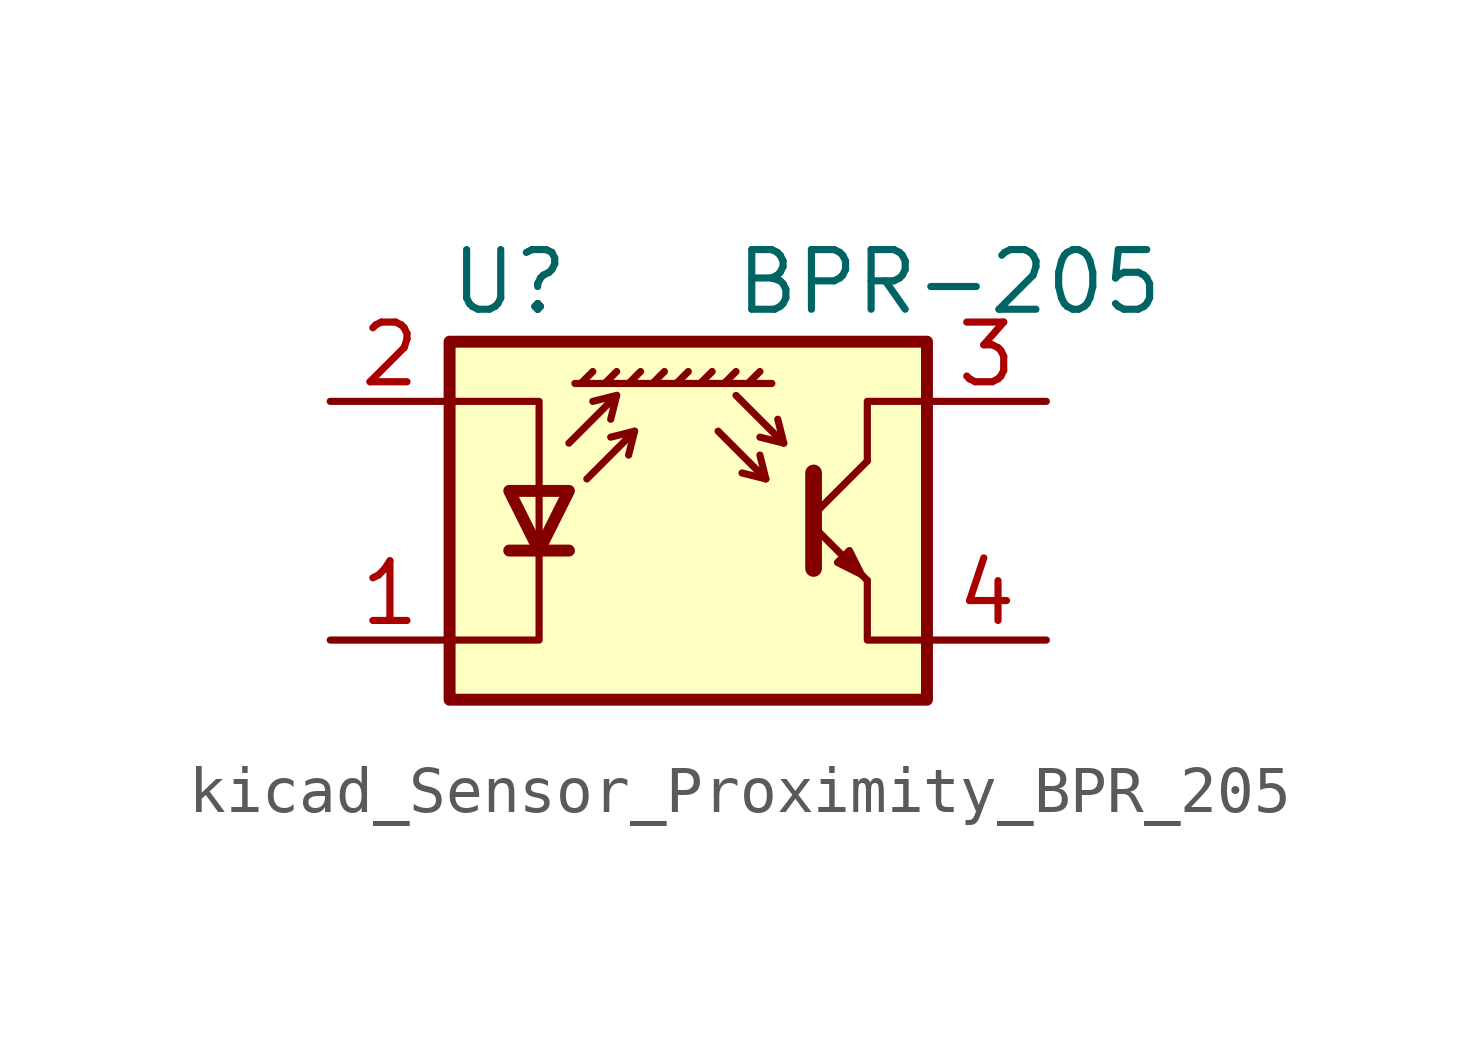
<source format=kicad_sym>
(kicad_symbol_lib
  (version 20220914)
  (generator kicad_symbol_editor)
  (symbol "kicad_Sensor_Proximity_BPR_205"
    (pin_names
      (offset 1.016) hide)
    (property "Reference" "U"
      (at -3.81 5.08 0)
      (effects (font (size 1.27 1.27))))
    (property "Value" "BPR-205"
      (at 10.16 5.08 0)
      (effects (font (size 1.27 1.27)) (justify right)))
    (symbol "kicad_Sensor_Proximity_BPR_205_0_1"
      (polyline (pts (xy -3.81 -0.635) (xy -2.54 -0.635)) (stroke (width 0.254) (type default)) (fill (type none)))
      (polyline (pts (xy -2.286 2.921) (xy -2.032 3.175)) (stroke (width 0) (type default)) (fill (type none)))
      (polyline (pts (xy -1.778 2.921) (xy -1.524 3.175)) (stroke (width 0) (type default)) (fill (type none)))
      (polyline (pts (xy -1.524 2.667) (xy -1.651 2.159)) (stroke (width 0) (type default)) (fill (type none)))
      (polyline (pts (xy -1.27 2.921) (xy -1.016 3.175)) (stroke (width 0) (type default)) (fill (type none)))
      (polyline (pts (xy -1.143 1.905) (xy -1.27 1.397)) (stroke (width 0) (type default)) (fill (type none)))
      (polyline (pts (xy -0.762 2.921) (xy -0.508 3.175)) (stroke (width 0) (type default)) (fill (type none)))
      (polyline (pts (xy -0.254 2.921) (xy 0 3.175)) (stroke (width 0) (type default)) (fill (type none)))
      (polyline (pts (xy 0.254 2.921) (xy 0.508 3.175)) (stroke (width 0) (type default)) (fill (type none)))
      (polyline (pts (xy 0.762 2.921) (xy 1.016 3.175)) (stroke (width 0) (type default)) (fill (type none)))
      (polyline (pts (xy 1.27 2.921) (xy 1.524 3.175)) (stroke (width 0) (type default)) (fill (type none)))
      (polyline (pts (xy 1.651 0.889) (xy 1.143 1.016)) (stroke (width 0) (type default)) (fill (type none)))
      (polyline (pts (xy 1.778 2.921) (xy -2.413 2.921)) (stroke (width 0) (type default)) (fill (type none)))
      (polyline (pts (xy 2.032 1.651) (xy 1.524 1.778)) (stroke (width 0) (type default)) (fill (type none)))
      (polyline (pts (xy 2.667 -0.127) (xy 3.81 -1.27)) (stroke (width 0) (type default)) (fill (type none)))
      (polyline (pts (xy 2.667 0.127) (xy 3.81 1.27)) (stroke (width 0) (type default)) (fill (type none)))
      (polyline (pts (xy -2.54 1.651) (xy -1.524 2.667) (xy -2.032 2.54)) (stroke (width 0) (type default)) (fill (type none)))
      (polyline (pts (xy -2.159 0.889) (xy -1.143 1.905) (xy -1.651 1.778)) (stroke (width 0) (type default)) (fill (type none)))
      (polyline (pts (xy 0.635 1.905) (xy 1.651 0.889) (xy 1.524 1.397)) (stroke (width 0) (type default)) (fill (type none)))
      (polyline (pts (xy 1.016 2.667) (xy 2.032 1.651) (xy 1.905 2.159)) (stroke (width 0) (type default)) (fill (type none)))
      (polyline (pts (xy 2.667 1.016) (xy 2.667 -1.016) (xy 2.667 -1.016)) (stroke (width 0.356) (type default)) (fill (type none)))
      (polyline (pts (xy 3.81 -1.27) (xy 3.81 -2.54) (xy 5.08 -2.54)) (stroke (width 0) (type default)) (fill (type none)))
      (polyline (pts (xy 3.81 1.27) (xy 3.81 2.54) (xy 5.08 2.54)) (stroke (width 0) (type default)) (fill (type none)))
      (polyline (pts (xy -5.08 -2.54) (xy -3.175 -2.54) (xy -3.175 2.54) (xy -5.08 2.54)) (stroke (width 0) (type default)) (fill (type none)))
      (polyline (pts (xy -3.175 -0.635) (xy -3.81 0.635) (xy -2.54 0.635) (xy -3.175 -0.635)) (stroke (width 0.254) (type default)) (fill (type none)))
      (polyline (pts (xy 3.683 -1.143) (xy 3.429 -0.635) (xy 3.175 -0.889) (xy 3.683 -1.143)) (stroke (width 0) (type default)) (fill (type none)))
      (polyline (pts (xy -5.08 -3.81) (xy 5.08 -3.81) (xy 5.08 3.81) (xy -5.08 3.81) (xy -5.08 -3.81)) (stroke (width 0.254) (type default)) (fill (type background))))
    (symbol "kicad_Sensor_Proximity_BPR_205_1_1"
      (pin passive line (at -7.62 -2.54 0) (length 2.54) (name "K" (effects (font (size 1.27 1.27)))) (number "1" (effects (font (size 1.27 1.27)))))
      (pin passive line (at -7.62 2.54 0) (length 2.54) (name "A" (effects (font (size 1.27 1.27)))) (number "2" (effects (font (size 1.27 1.27)))))
      (pin open_collector line (at 7.62 2.54 180) (length 2.54) (name "C" (effects (font (size 1.27 1.27)))) (number "3" (effects (font (size 1.27 1.27)))))
      (pin open_emitter line (at 7.62 -2.54 180) (length 2.54) (name "E" (effects (font (size 1.27 1.27)))) (number "4" (effects (font (size 1.27 1.27))))))))
</source>
